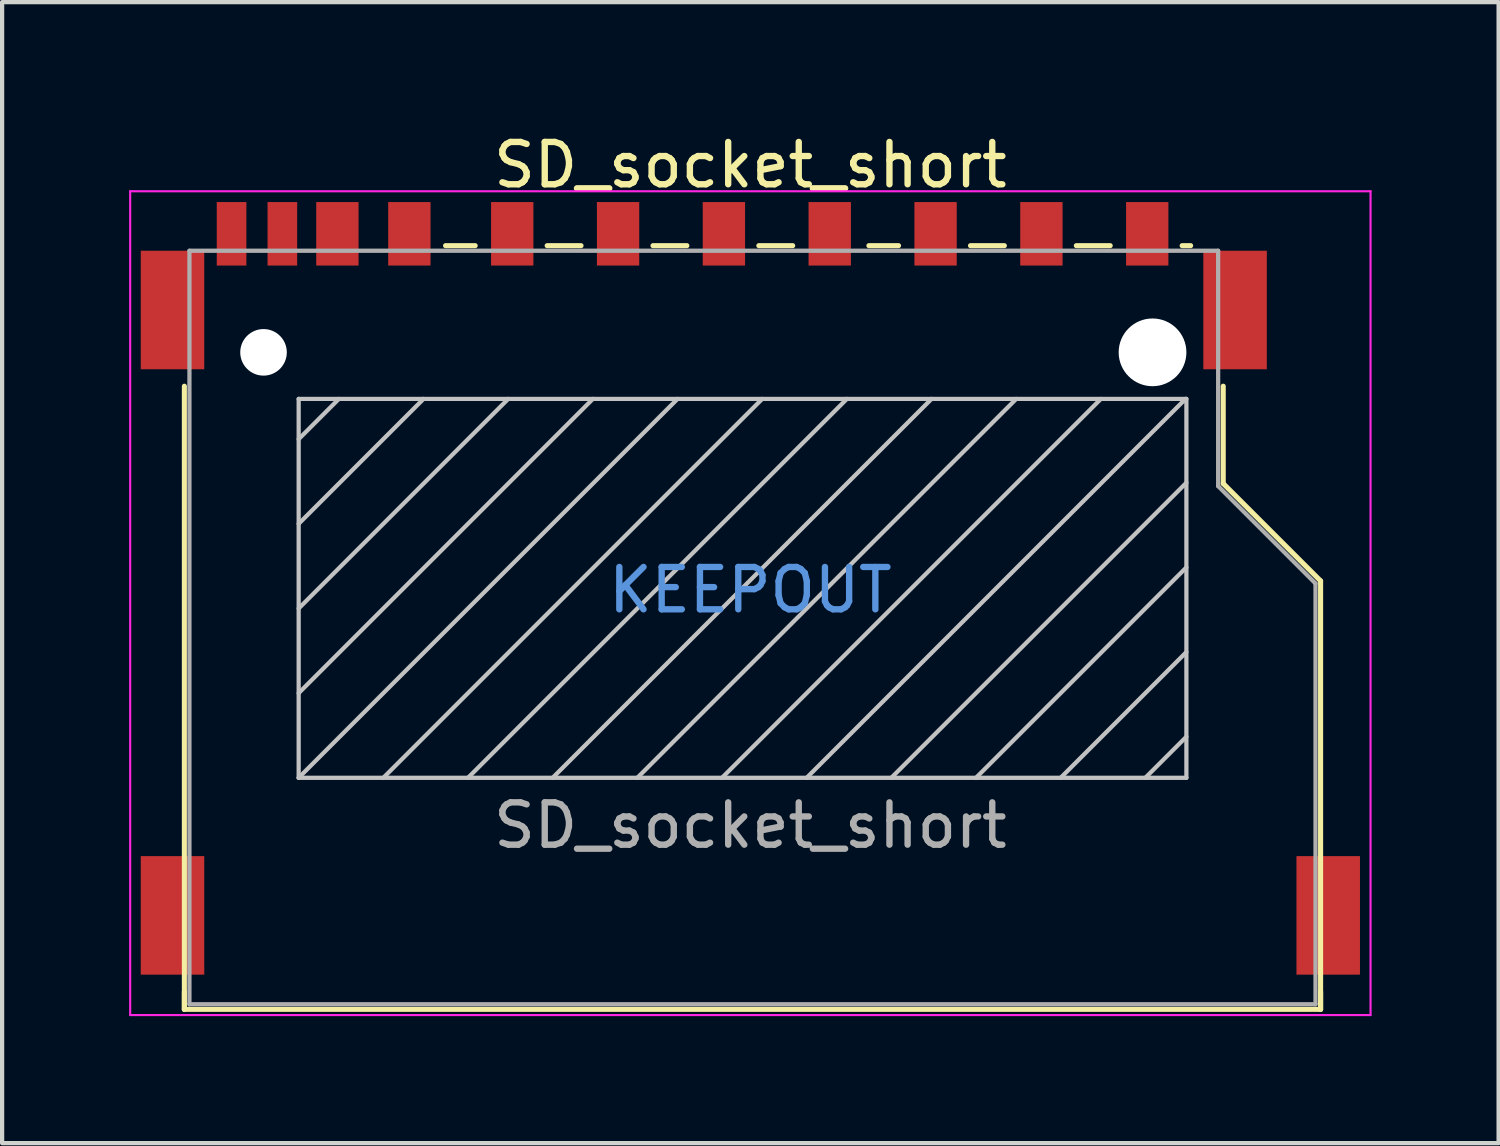
<source format=kicad_pcb>
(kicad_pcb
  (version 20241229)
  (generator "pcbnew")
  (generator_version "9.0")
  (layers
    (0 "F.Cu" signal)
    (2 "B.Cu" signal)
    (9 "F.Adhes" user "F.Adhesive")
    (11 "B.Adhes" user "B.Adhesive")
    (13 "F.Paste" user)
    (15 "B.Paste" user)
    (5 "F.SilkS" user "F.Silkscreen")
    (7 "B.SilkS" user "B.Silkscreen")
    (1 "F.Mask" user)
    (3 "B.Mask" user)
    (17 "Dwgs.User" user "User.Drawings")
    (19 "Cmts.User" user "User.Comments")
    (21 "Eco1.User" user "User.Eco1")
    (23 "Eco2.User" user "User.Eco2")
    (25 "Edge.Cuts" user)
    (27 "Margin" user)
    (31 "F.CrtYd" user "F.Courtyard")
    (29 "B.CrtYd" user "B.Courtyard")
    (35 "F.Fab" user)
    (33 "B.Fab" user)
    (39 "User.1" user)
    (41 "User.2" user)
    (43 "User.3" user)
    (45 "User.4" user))
  (footprint "SD_socket_short"
    (layer "F.Cu")
    (at 14.675 14.448)
    (property "Reference" "SD_socket_short" (at 0 -13.6 0) (layer "F.SilkS") (effects (font (size 1 1) (thickness 0.15))))
    (attr smd)
    (fp_line (start -13.37 -8.375) (end -13.37 6.345) (stroke (width 0.12) (type solid)) (layer "F.SilkS"))
    (fp_line (start -13.37 5.925) (end -13.37 6.345) (stroke (width 0.12) (type solid)) (layer "F.SilkS"))
    (fp_line (start -13.37 6.345) (end 13.47 6.345) (stroke (width 0.12) (type solid)) (layer "F.SilkS"))
    (fp_line (start -7.2 -11.695) (end -6.5 -11.695) (stroke (width 0.12) (type solid)) (layer "F.SilkS"))
    (fp_line (start -4.8 -11.695) (end -4 -11.695) (stroke (width 0.12) (type solid)) (layer "F.SilkS"))
    (fp_line (start -2.3 -11.695) (end -1.5 -11.695) (stroke (width 0.12) (type solid)) (layer "F.SilkS"))
    (fp_line (start 0.2 -11.695) (end 1 -11.695) (stroke (width 0.12) (type solid)) (layer "F.SilkS"))
    (fp_line (start 2.8 -11.695) (end 3.5 -11.695) (stroke (width 0.12) (type solid)) (layer "F.SilkS"))
    (fp_line (start 5.2 -11.695) (end 6 -11.695) (stroke (width 0.12) (type solid)) (layer "F.SilkS"))
    (fp_line (start 7.7 -11.695) (end 8.5 -11.695) (stroke (width 0.12) (type solid)) (layer "F.SilkS"))
    (fp_line (start 10.2 -11.695) (end 10.4 -11.695) (stroke (width 0.12) (type solid)) (layer "F.SilkS"))
    (fp_line (start 11.17 -8.375) (end 11.17 -6.075) (stroke (width 0.12) (type solid)) (layer "F.SilkS"))
    (fp_line (start 11.17 -6.075) (end 13.47 -3.775) (stroke (width 0.12) (type solid)) (layer "F.SilkS"))
    (fp_line (start 13.47 -3.775) (end 13.47 6.345) (stroke (width 0.12) (type solid)) (layer "F.SilkS"))
    (fp_line (start 13.47 6.345) (end 13.47 5.925) (stroke (width 0.12) (type solid)) (layer "F.SilkS"))
    (fp_line (start -10.67 -8.075) (end -10.67 0.875) (stroke (width 0.1) (type solid)) (layer "Dwgs.User"))
    (fp_line (start -10.67 0.875) (end 10.3 0.875) (stroke (width 0.1) (type solid)) (layer "Dwgs.User"))
    (fp_line (start -9.72 -8.075) (end -10.67 -7.125) (stroke (width 0.1) (type solid)) (layer "Dwgs.User"))
    (fp_line (start -7.72 -8.075) (end -10.67 -5.125) (stroke (width 0.1) (type solid)) (layer "Dwgs.User"))
    (fp_line (start -5.72 -8.075) (end -10.67 -3.125) (stroke (width 0.1) (type solid)) (layer "Dwgs.User"))
    (fp_line (start -3.72 -8.075) (end -10.67 -1.125) (stroke (width 0.1) (type solid)) (layer "Dwgs.User"))
    (fp_line (start -1.72 -8.075) (end -10.67 0.875) (stroke (width 0.1) (type solid)) (layer "Dwgs.User"))
    (fp_line (start 0.28 -8.075) (end -8.67 0.875) (stroke (width 0.1) (type solid)) (layer "Dwgs.User"))
    (fp_line (start 2.28 -8.075) (end -6.67 0.875) (stroke (width 0.1) (type solid)) (layer "Dwgs.User"))
    (fp_line (start 4.28 -8.075) (end -4.67 0.875) (stroke (width 0.1) (type solid)) (layer "Dwgs.User"))
    (fp_line (start 6.28 -8.075) (end -2.67 0.875) (stroke (width 0.1) (type solid)) (layer "Dwgs.User"))
    (fp_line (start 8.28 -8.075) (end -0.67 0.875) (stroke (width 0.1) (type solid)) (layer "Dwgs.User"))
    (fp_line (start 10.28 -8.075) (end 1.33 0.875) (stroke (width 0.1) (type solid)) (layer "Dwgs.User"))
    (fp_line (start 10.3 -8.075) (end -10.67 -8.075) (stroke (width 0.1) (type solid)) (layer "Dwgs.User"))
    (fp_line (start 10.3 -6.095) (end 3.33 0.875) (stroke (width 0.1) (type solid)) (layer "Dwgs.User"))
    (fp_line (start 10.3 -4.095) (end 5.33 0.875) (stroke (width 0.1) (type solid)) (layer "Dwgs.User"))
    (fp_line (start 10.3 -2.095) (end 7.33 0.875) (stroke (width 0.1) (type solid)) (layer "Dwgs.User"))
    (fp_line (start 10.3 -0.095) (end 9.33 0.875) (stroke (width 0.1) (type solid)) (layer "Dwgs.User"))
    (fp_line (start 10.3 0.875) (end 10.3 -8.075) (stroke (width 0.1) (type solid)) (layer "Dwgs.User"))
    (fp_line (start -14.65 -12.98) (end -14.65 6.48) (stroke (width 0.05) (type solid)) (layer "F.CrtYd"))
    (fp_line (start -14.65 -12.98) (end 14.65 -12.98) (stroke (width 0.05) (type solid)) (layer "F.CrtYd"))
    (fp_line (start 14.65 6.48) (end -14.65 6.48) (stroke (width 0.05) (type solid)) (layer "F.CrtYd"))
    (fp_line (start 14.65 6.48) (end 14.65 -12.98) (stroke (width 0.05) (type solid)) (layer "F.CrtYd"))
    (fp_line (start -13.25 -11.575) (end -13.25 6.225) (stroke (width 0.1) (type solid)) (layer "F.Fab"))
    (fp_line (start -13.25 6.225) (end 13.35 6.225) (stroke (width 0.1) (type solid)) (layer "F.Fab"))
    (fp_line (start 11.05 -11.575) (end -13.25 -11.575) (stroke (width 0.1) (type solid)) (layer "F.Fab"))
    (fp_line (start 11.05 -6.015) (end 11.05 -11.575) (stroke (width 0.1) (type solid)) (layer "F.Fab"))
    (fp_line (start 13.35 -3.715) (end 11.05 -6.015) (stroke (width 0.1) (type solid)) (layer "F.Fab"))
    (fp_line (start 13.35 6.225) (end 13.35 -3.715) (stroke (width 0.1) (type solid)) (layer "F.Fab"))
    (fp_text user "KEEPOUT" (at 0 -3.56 0) (layer "Cmts.User") (effects (font (size 1 1) (thickness 0.15))))
    (fp_text user "${REFERENCE}" (at 0 2 0) (layer "F.Fab") (effects (font (size 1 1) (thickness 0.15))))
    (pad "" np_thru_hole circle (at -11.5 -9.175) (size 1.1 1.1) (drill 1.1) (layers "*.Cu" "*.Mask"))
    (pad "" np_thru_hole circle (at 9.5 -9.175) (size 1.6 1.6) (drill 1.6) (layers "*.Cu" "*.Mask"))
    (pad "1" smd rect (at 6.875 -11.975) (size 1 1.5) (layers "F.Cu" "F.Mask" "F.Paste"))
    (pad "2" smd rect (at 4.375 -11.975) (size 1 1.5) (layers "F.Cu" "F.Mask" "F.Paste"))
    (pad "3" smd rect (at 1.875 -11.975) (size 1 1.5) (layers "F.Cu" "F.Mask" "F.Paste"))
    (pad "4" smd rect (at -0.625 -11.975) (size 1 1.5) (layers "F.Cu" "F.Mask" "F.Paste"))
    (pad "5" smd rect (at -3.125 -11.975) (size 1 1.5) (layers "F.Cu" "F.Mask" "F.Paste"))
    (pad "6" smd rect (at -5.625 -11.975) (size 1 1.5) (layers "F.Cu" "F.Mask" "F.Paste"))
    (pad "7" smd rect (at -8.055 -11.975) (size 1 1.5) (layers "F.Cu" "F.Mask" "F.Paste"))
    (pad "8" smd rect (at -9.755 -11.975) (size 1 1.5) (layers "F.Cu" "F.Mask" "F.Paste"))
    (pad "9" smd rect (at 9.375 -11.975) (size 1 1.5) (layers "F.Cu" "F.Mask" "F.Paste"))
    (pad "10" smd rect (at -11.055 -11.975) (size 0.7 1.5) (layers "F.Cu" "F.Mask" "F.Paste"))
    (pad "11" smd rect (at -12.255 -11.975) (size 0.7 1.5) (layers "F.Cu" "F.Mask" "F.Paste"))
    (pad "12" smd rect (at -13.65 -10.175) (size 1.5 2.8) (layers "F.Cu" "F.Mask" "F.Paste"))
    (pad "12" smd rect (at -13.65 4.125) (size 1.5 2.8) (layers "F.Cu" "F.Mask" "F.Paste"))
    (pad "12" smd rect (at 11.45 -10.175) (size 1.5 2.8) (layers "F.Cu" "F.Mask" "F.Paste"))
    (pad "12" smd rect (at 13.65 4.125) (size 1.5 2.8) (layers "F.Cu" "F.Mask" "F.Paste")))
  (gr_rect
    (start -3 -3)
    (end 32.35 23.953)
    (stroke (width 0.1) (type default))
    (fill no)
    (layer "Edge.Cuts")))
</source>
